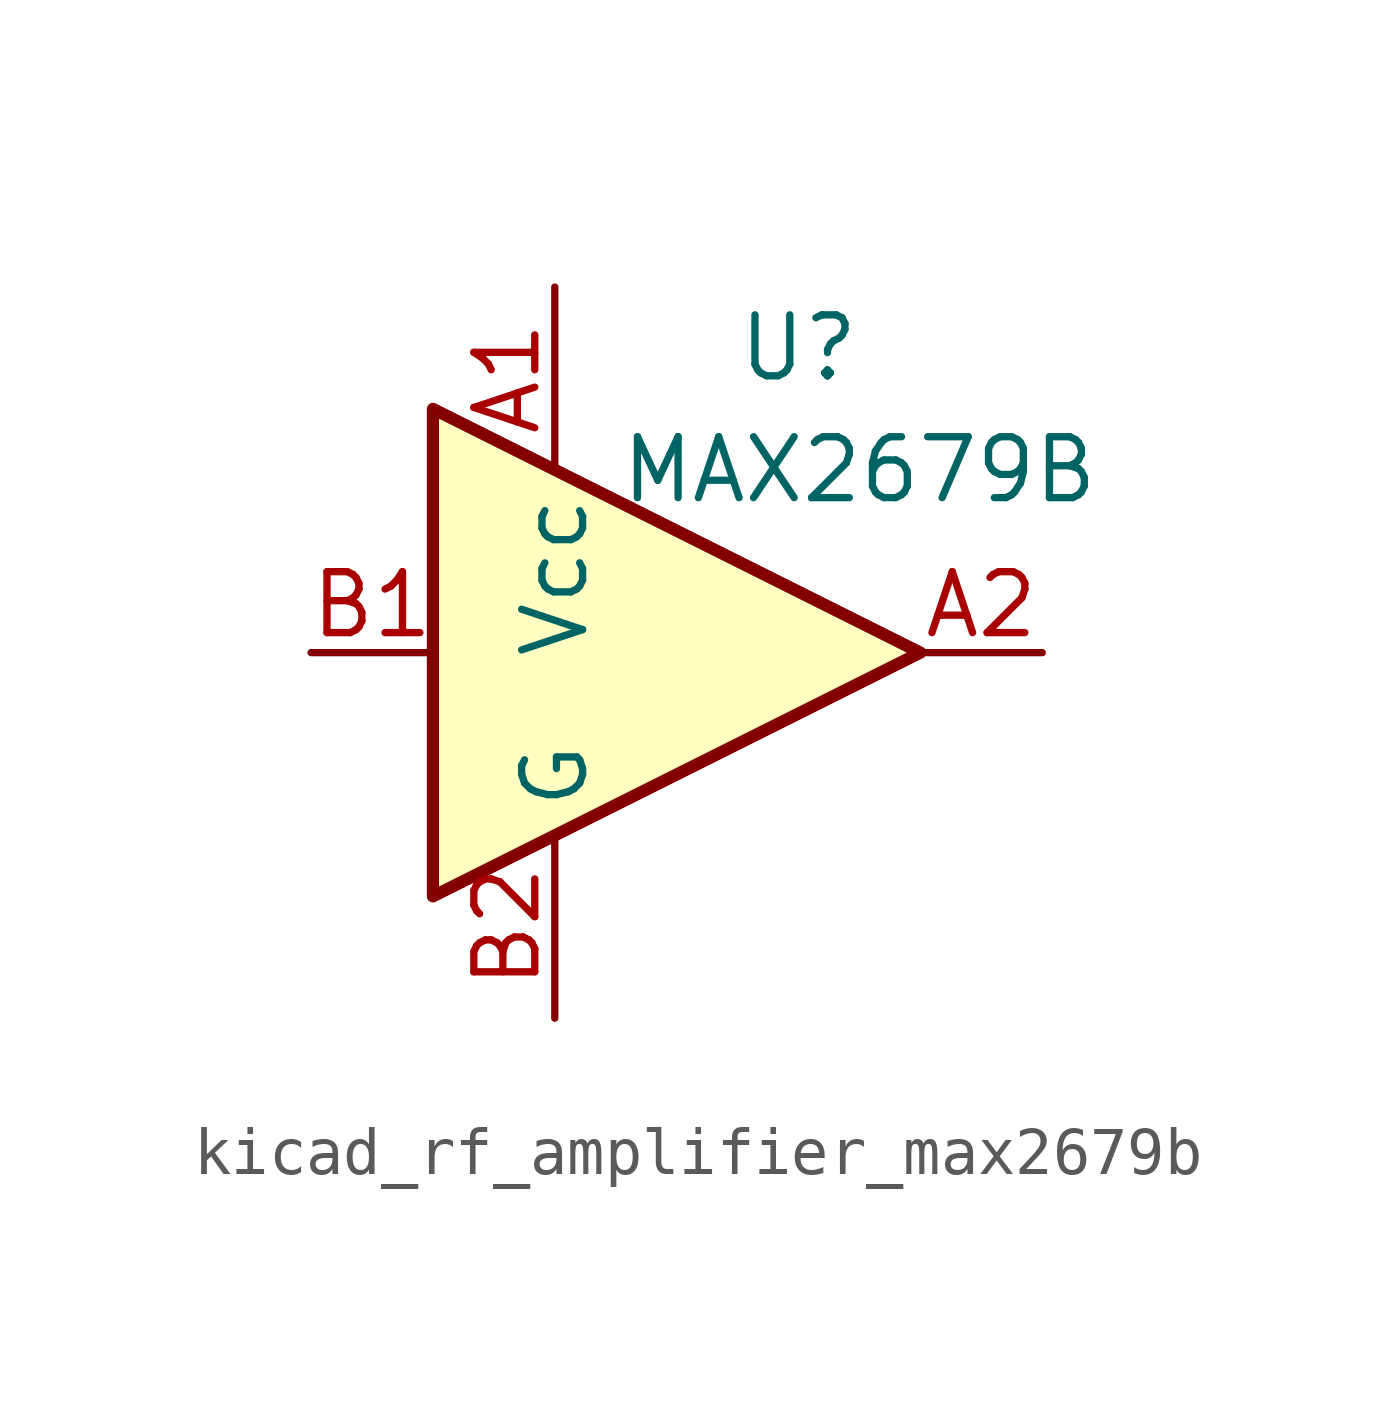
<source format=kicad_sym>
(kicad_symbol_lib
  (version 20220914)
  (generator kicad_symbol_editor)
  (symbol "kicad_rf_amplifier_max2679b"
    (property "Reference" "U"
      (at 2.54 6.35 0)
      (effects (font (size 1.27 1.27))))
    (property "Value" "MAX2679B"
      (at 3.81 3.81 0)
      (effects (font (size 1.27 1.27))))
    (symbol "kicad_rf_amplifier_max2679b_0_1"
      (polyline (pts (xy 5.08 0) (xy -5.08 5.08) (xy -5.08 -5.08) (xy 5.08 0)) (stroke (width 0.254) (type default)) (fill (type background))))
    (symbol "kicad_rf_amplifier_max2679b_1_1"
      (pin power_in line (at -2.54 7.62 270) (length 3.81) (name "Vcc" (effects (font (size 1.27 1.27)))) (number "A1" (effects (font (size 1.27 1.27)))))
      (pin output line (at 7.62 0 180) (length 2.54) (name "~" (effects (font (size 1.27 1.27)))) (number "A2" (effects (font (size 1.27 1.27)))))
      (pin input line (at -7.62 0 0) (length 2.54) (name "~" (effects (font (size 1.27 1.27)))) (number "B1" (effects (font (size 1.27 1.27)))))
      (pin power_in line (at -2.54 -7.62 90) (length 3.81) (name "G" (effects (font (size 1.27 1.27)))) (number "B2" (effects (font (size 1.27 1.27))))))))
</source>
